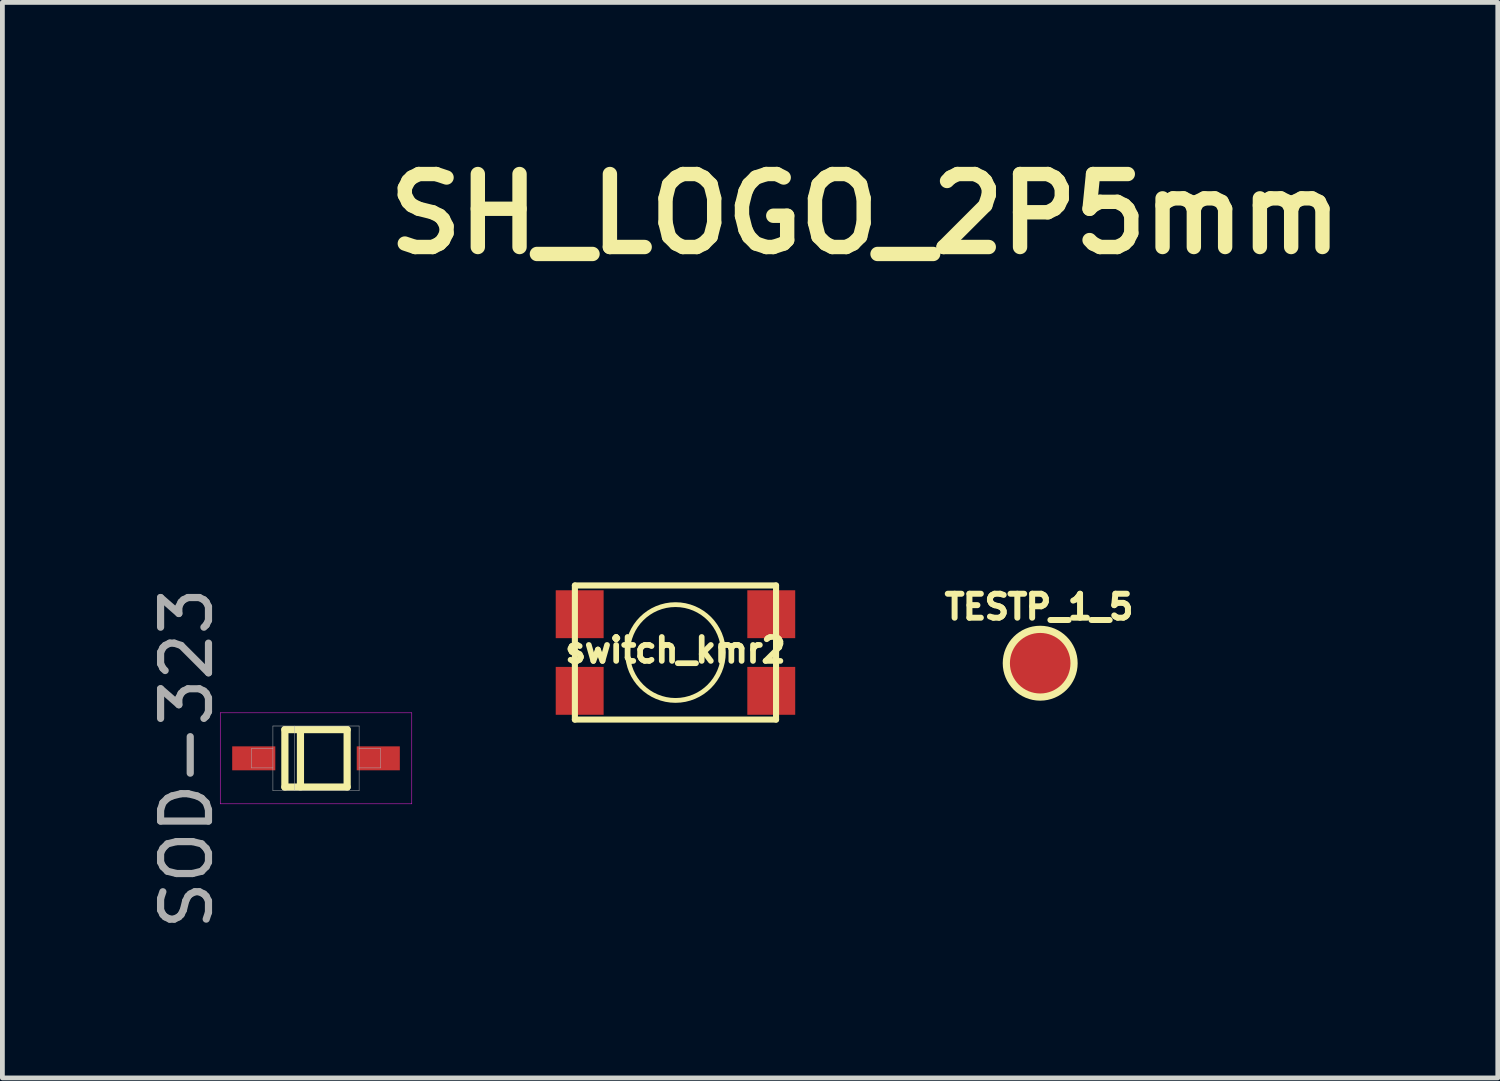
<source format=kicad_pcb>
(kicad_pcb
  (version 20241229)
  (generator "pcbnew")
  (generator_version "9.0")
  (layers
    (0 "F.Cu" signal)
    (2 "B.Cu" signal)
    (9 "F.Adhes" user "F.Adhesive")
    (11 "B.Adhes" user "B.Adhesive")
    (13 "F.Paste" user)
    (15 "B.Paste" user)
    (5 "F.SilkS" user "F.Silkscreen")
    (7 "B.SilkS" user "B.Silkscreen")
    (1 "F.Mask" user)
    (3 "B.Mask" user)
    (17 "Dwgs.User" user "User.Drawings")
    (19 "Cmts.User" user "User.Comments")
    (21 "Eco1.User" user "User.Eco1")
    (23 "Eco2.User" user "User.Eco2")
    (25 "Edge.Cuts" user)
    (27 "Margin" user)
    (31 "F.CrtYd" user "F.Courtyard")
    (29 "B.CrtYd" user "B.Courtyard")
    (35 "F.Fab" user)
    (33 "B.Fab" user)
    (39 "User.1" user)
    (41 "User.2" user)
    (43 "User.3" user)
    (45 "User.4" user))
  (footprint "switch_kmr2"
    (layer "F.Cu")
    (at 11.053 10.574)
    (property "Reference" "switch_kmr2" (at 0 -0.05 0) (layer "F.SilkS") (effects (font (size 0.5 0.5) (thickness 0.119))))
    (attr through_hole)
    (fp_line (start -2.1 1.4) (end -2.1 -1.4) (stroke (width 0.127) (type solid)) (layer "F.SilkS"))
    (fp_line (start 2.1 -1.4) (end -2.1 -1.4) (stroke (width 0.127) (type solid)) (layer "F.SilkS"))
    (fp_line (start 2.1 1.4) (end -2.1 1.4) (stroke (width 0.127) (type solid)) (layer "F.SilkS"))
    (fp_line (start 2.1 1.4) (end 2.1 -1.4) (stroke (width 0.127) (type solid)) (layer "F.SilkS"))
    (fp_circle (center 0 0) (end 1 0) (stroke (width 0.1) (type solid)) (fill no) (layer "F.SilkS"))
    (pad "1" smd rect (at -2 -0.8) (size 1 1) (layers "F.Cu" "F.Mask" "F.Paste"))
    (pad "1" smd rect (at 2 -0.8) (size 1 1) (layers "F.Cu" "F.Mask" "F.Paste"))
    (pad "2" smd rect (at -2 0.8) (size 1 1) (layers "F.Cu" "F.Mask" "F.Paste"))
    (pad "2" smd rect (at 2 0.8) (size 1 1) (layers "F.Cu" "F.Mask" "F.Paste")))
  (footprint "TESTP_1_5"
    (layer "F.Cu")
    (at 18.668 10.797)
    (property "Reference" "TESTP_1_5" (at -0.025 -1.175 0) (layer "F.SilkS") (effects (font (size 0.5 0.5) (thickness 0.125))))
    (attr through_hole)
    (fp_circle (center 0 0) (end 0.5 -0.5) (stroke (width 0.15) (type solid)) (fill no) (layer "F.SilkS"))
    (pad "1" smd circle (at 0 0) (size 1.5 1.5) (layers "F.Cu" "F.Mask" "F.Paste")))
  (footprint "SOD-323"
    (layer "F.Cu")
    (at 3.548 12.783)
    (property "Reference" "SOD-323" (at -2.7 0 90) (layer "F.Fab") (effects (font (size 1 1) (thickness 0.15))))
    (attr through_hole)
    (fp_line (start -0.65 -0.6) (end 0.65 -0.6) (stroke (width 0.15) (type solid)) (layer "F.SilkS"))
    (fp_line (start -0.65 0.6) (end -0.65 -0.6) (stroke (width 0.15) (type solid)) (layer "F.SilkS"))
    (fp_line (start -0.325 -0.6) (end -0.325 0.6) (stroke (width 0.15) (type solid)) (layer "F.SilkS"))
    (fp_line (start 0.65 -0.6) (end 0.65 0.6) (stroke (width 0.15) (type solid)) (layer "F.SilkS"))
    (fp_line (start 0.65 0.6) (end -0.65 0.6) (stroke (width 0.15) (type solid)) (layer "F.SilkS"))
    (fp_line (start -2 -0.95) (end 2 -0.95) (stroke (width 0.01) (type solid)) (layer "F.CrtYd"))
    (fp_line (start -2 0.95) (end -2 -0.95) (stroke (width 0.01) (type solid)) (layer "F.CrtYd"))
    (fp_line (start 2 -0.95) (end 2 0.95) (stroke (width 0.01) (type solid)) (layer "F.CrtYd"))
    (fp_line (start 2 0.95) (end -2 0.95) (stroke (width 0.01) (type solid)) (layer "F.CrtYd"))
    (fp_line (start -1.35 -0.2) (end -1.35 0.2) (stroke (width 0.01) (type solid)) (layer "F.Fab"))
    (fp_line (start -1.35 -0.2) (end -0.9 -0.2) (stroke (width 0.01) (type solid)) (layer "F.Fab"))
    (fp_line (start -1.35 0.2) (end -0.9 0.2) (stroke (width 0.01) (type solid)) (layer "F.Fab"))
    (fp_line (start -0.9 -0.675) (end 0.9 -0.675) (stroke (width 0.01) (type solid)) (layer "F.Fab"))
    (fp_line (start -0.9 0.675) (end -0.9 -0.675) (stroke (width 0.01) (type solid)) (layer "F.Fab"))
    (fp_line (start -0.45 -0.675) (end -0.45 0.675) (stroke (width 0.01) (type solid)) (layer "F.Fab"))
    (fp_line (start 0.9 -0.675) (end 0.9 0.675) (stroke (width 0.01) (type solid)) (layer "F.Fab"))
    (fp_line (start 0.9 0.675) (end -0.9 0.675) (stroke (width 0.01) (type solid)) (layer "F.Fab"))
    (fp_line (start 1.35 -0.2) (end 0.9 -0.2) (stroke (width 0.01) (type solid)) (layer "F.Fab"))
    (fp_line (start 1.35 -0.2) (end 1.35 0.2) (stroke (width 0.01) (type solid)) (layer "F.Fab"))
    (fp_line (start 1.35 0.2) (end 0.9 0.2) (stroke (width 0.01) (type solid)) (layer "F.Fab"))
    (pad "1" smd rect (at -1.3 0) (size 0.9 0.5) (layers "F.Cu" "F.Mask" "F.Paste"))
    (pad "2" smd rect (at 1.3 0) (size 0.9 0.5) (layers "F.Cu" "F.Mask" "F.Paste")))
  (footprint "SH_LOGO_2P5mm"
    (layer "F.Cu")
    (at 1.218 5.443)
    (property "Reference" "SH_LOGO_2P5mm" (at 13.8 -4.025 0) (layer "F.SilkS") (effects (font (size 1.524 1.524) (thickness 0.3))))
    (attr through_hole)
    (fp_poly (pts (xy -0.281 -0.687) (xy -0.276 -0.687) (xy -0.246 -0.685) (xy -0.215 -0.668) (xy -0.196 -0.658) (xy -0.181 -0.649) (xy -0.169 -0.641) (xy -0.16 -0.633) (xy -0.152 -0.625) (xy -0.15 -0.622) (xy -0.144 -0.614) (xy -0.14 -0.607) (xy -0.138 -0.601) (xy -0.138 -0.599) (xy -0.139 -0.599) (xy -0.144 -0.6) (xy -0.153 -0.602) (xy -0.164 -0.605) (xy -0.177 -0.608) (xy -0.19 -0.61) (xy -0.202 -0.613) (xy -0.213 -0.614) (xy -0.219 -0.615) (xy -0.271 -0.621) (xy -0.326 -0.623) (xy -0.384 -0.623) (xy -0.445 -0.618) (xy -0.508 -0.611) (xy -0.575 -0.6) (xy -0.644 -0.586) (xy -0.715 -0.568) (xy -0.789 -0.548) (xy -0.816 -0.539) (xy -0.835 -0.534) (xy -0.856 -0.527) (xy -0.876 -0.52) (xy -0.898 -0.513) (xy -0.919 -0.505) (xy -0.939 -0.498) (xy -0.959 -0.491) (xy -0.977 -0.485) (xy -0.993 -0.478) (xy -1.007 -0.473) (xy -1.018 -0.469) (xy -1.026 -0.465) (xy -1.03 -0.463) (xy -1.031 -0.462) (xy -1.028 -0.461) (xy -1.021 -0.458) (xy -1.01 -0.454) (xy -0.996 -0.45) (xy -0.979 -0.444) (xy -0.96 -0.437) (xy -0.937 -0.43) (xy -0.913 -0.422) (xy -0.887 -0.414) (xy -0.859 -0.405) (xy -0.831 -0.396) (xy -0.802 -0.386) (xy -0.796 -0.384) (xy -0.741 -0.367) (xy -0.691 -0.351) (xy -0.645 -0.335) (xy -0.602 -0.321) (xy -0.562 -0.307) (xy -0.525 -0.294) (xy -0.49 -0.281) (xy -0.458 -0.269) (xy -0.427 -0.257) (xy -0.398 -0.245) (xy -0.37 -0.232) (xy -0.343 -0.22) (xy -0.316 -0.208) (xy -0.289 -0.195) (xy -0.286 -0.193) (xy -0.225 -0.161) (xy -0.169 -0.127) (xy -0.116 -0.092) (xy -0.068 -0.056) (xy -0.044 -0.036) (xy -0.03 -0.023) (xy -0.015 -0.009) (xy 0.001 0.006) (xy 0.016 0.022) (xy 0.03 0.036) (xy 0.041 0.049) (xy 0.045 0.053) (xy 0.059 0.07) (xy 0.077 0.069) (xy 0.087 0.067) (xy 0.099 0.065) (xy 0.113 0.063) (xy 0.126 0.059) (xy 0.127 0.059) (xy 0.14 0.056) (xy 0.154 0.053) (xy 0.168 0.05) (xy 0.181 0.048) (xy 0.192 0.047) (xy 0.2 0.047) (xy 0.205 0.047) (xy 0.205 0.047) (xy 0.207 0.048) (xy 0.209 0.046) (xy 0.209 0.041) (xy 0.209 0.034) (xy 0.209 0.022) (xy 0.208 0.011) (xy 0.206 -0.009) (xy 0.204 -0.028) (xy 0.202 -0.047) (xy 0.199 -0.066) (xy 0.196 -0.086) (xy 0.192 -0.108) (xy 0.188 -0.132) (xy 0.182 -0.159) (xy 0.175 -0.188) (xy 0.169 -0.215) (xy 0.164 -0.238) (xy 0.16 -0.26) (xy 0.155 -0.28) (xy 0.151 -0.299) (xy 0.148 -0.316) (xy 0.146 -0.329) (xy 0.144 -0.339) (xy 0.143 -0.345) (xy 0.143 -0.346) (xy 0.145 -0.35) (xy 0.151 -0.353) (xy 0.161 -0.357) (xy 0.172 -0.359) (xy 0.185 -0.361) (xy 0.194 -0.362) (xy 0.211 -0.362) (xy 0.225 -0.36) (xy 0.237 -0.355) (xy 0.249 -0.347) (xy 0.258 -0.338) (xy 0.267 -0.328) (xy 0.275 -0.317) (xy 0.282 -0.304) (xy 0.289 -0.29) (xy 0.295 -0.273) (xy 0.3 -0.254) (xy 0.305 -0.232) (xy 0.31 -0.206) (xy 0.314 -0.178) (xy 0.318 -0.146) (xy 0.322 -0.109) (xy 0.324 -0.079) (xy 0.326 -0.06) (xy 0.328 -0.042) (xy 0.329 -0.025) (xy 0.331 -0.01) (xy 0.332 0.002) (xy 0.333 0.01) (xy 0.336 0.033) (xy 0.374 0.032) (xy 0.412 0.029) (xy 0.449 0.024) (xy 0.472 0.021) (xy 0.495 0.019) (xy 0.519 0.017) (xy 0.528 0.017) (xy 0.569 0.016) (xy 0.569 -0.004) (xy 0.569 -0.011) (xy 0.568 -0.019) (xy 0.567 -0.026) (xy 0.565 -0.035) (xy 0.563 -0.045) (xy 0.56 -0.057) (xy 0.556 -0.072) (xy 0.55 -0.09) (xy 0.544 -0.112) (xy 0.542 -0.119) (xy 0.534 -0.142) (xy 0.529 -0.161) (xy 0.524 -0.177) (xy 0.52 -0.191) (xy 0.517 -0.202) (xy 0.514 -0.212) (xy 0.512 -0.221) (xy 0.51 -0.23) (xy 0.508 -0.239) (xy 0.508 -0.239) (xy 0.505 -0.255) (xy 0.503 -0.271) (xy 0.503 -0.287) (xy 0.503 -0.302) (xy 0.504 -0.314) (xy 0.505 -0.322) (xy 0.512 -0.334) (xy 0.521 -0.344) (xy 0.533 -0.35) (xy 0.545 -0.352) (xy 0.559 -0.351) (xy 0.572 -0.345) (xy 0.579 -0.34) (xy 0.591 -0.33) (xy 0.602 -0.316) (xy 0.612 -0.299) (xy 0.623 -0.279) (xy 0.632 -0.255) (xy 0.642 -0.228) (xy 0.652 -0.196) (xy 0.661 -0.161) (xy 0.671 -0.121) (xy 0.68 -0.077) (xy 0.682 -0.068) (xy 0.685 -0.052) (xy 0.688 -0.039) (xy 0.691 -0.027) (xy 0.693 -0.017) (xy 0.694 -0.012) (xy 0.694 -0.01) (xy 0.695 -0.008) (xy 0.697 -0.006) (xy 0.7 -0.005) (xy 0.706 -0.005) (xy 0.715 -0.005) (xy 0.74 -0.005) (xy 0.766 -0.006) (xy 0.793 -0.009) (xy 0.822 -0.012) (xy 0.854 -0.017) (xy 0.889 -0.022) (xy 0.926 -0.029) (xy 0.968 -0.037) (xy 1.01 -0.045) (xy 1.051 -0.054) (xy 1.088 -0.061) (xy 1.12 -0.067) (xy 1.148 -0.072) (xy 1.171 -0.075) (xy 1.19 -0.078) (xy 1.192 -0.078) (xy 1.212 -0.08) (xy 1.213 -0.072) (xy 1.214 -0.064) (xy 1.213 -0.056) (xy 1.21 -0.047) (xy 1.206 -0.035) (xy 1.205 -0.032) (xy 1.201 -0.023) (xy 1.197 -0.017) (xy 1.194 -0.014) (xy 1.191 -0.013) (xy 1.185 -0.012) (xy 1.175 -0.01) (xy 1.161 -0.008) (xy 1.143 -0.006) (xy 1.123 -0.003) (xy 1.1 0.000073) (xy 1.075 0.003) (xy 1.048 0.007) (xy 1.02 0.01) (xy 0.991 0.014) (xy 0.961 0.018) (xy 0.931 0.021) (xy 0.901 0.025) (xy 0.872 0.028) (xy 0.845 0.032) (xy 0.818 0.035) (xy 0.794 0.038) (xy 0.772 0.04) (xy 0.757 0.042) (xy 0.744 0.043) (xy 0.731 0.045) (xy 0.722 0.046) (xy 0.715 0.047) (xy 0.712 0.047) (xy 0.712 0.047) (xy 0.712 0.049) (xy 0.714 0.055) (xy 0.717 0.064) (xy 0.721 0.076) (xy 0.725 0.089) (xy 0.726 0.093) (xy 0.732 0.111) (xy 0.738 0.131) (xy 0.744 0.151) (xy 0.749 0.172) (xy 0.755 0.196) (xy 0.762 0.222) (xy 0.769 0.251) (xy 0.776 0.285) (xy 0.777 0.289) (xy 0.784 0.321) (xy 0.791 0.349) (xy 0.797 0.374) (xy 0.802 0.396) (xy 0.807 0.416) (xy 0.812 0.434) (xy 0.816 0.45) (xy 0.821 0.466) (xy 0.821 0.466) (xy 0.826 0.482) (xy 0.83 0.495) (xy 0.835 0.507) (xy 0.84 0.519) (xy 0.847 0.531) (xy 0.855 0.546) (xy 0.859 0.553) (xy 0.87 0.573) (xy 0.877 0.59) (xy 0.882 0.606) (xy 0.884 0.62) (xy 0.883 0.634) (xy 0.882 0.641) (xy 0.879 0.651) (xy 0.875 0.658) (xy 0.869 0.661) (xy 0.861 0.663) (xy 0.857 0.663) (xy 0.848 0.662) (xy 0.838 0.66) (xy 0.834 0.659) (xy 0.827 0.655) (xy 0.819 0.65) (xy 0.815 0.647) (xy 0.811 0.643) (xy 0.808 0.64) (xy 0.804 0.636) (xy 0.801 0.632) (xy 0.798 0.627) (xy 0.794 0.62) (xy 0.79 0.611) (xy 0.785 0.601) (xy 0.78 0.588) (xy 0.773 0.572) (xy 0.765 0.553) (xy 0.756 0.531) (xy 0.745 0.505) (xy 0.74 0.492) (xy 0.731 0.471) (xy 0.722 0.448) (xy 0.713 0.423) (xy 0.703 0.396) (xy 0.692 0.367) (xy 0.681 0.335) (xy 0.668 0.299) (xy 0.655 0.261) (xy 0.643 0.227) (xy 0.631 0.195) (xy 0.621 0.165) (xy 0.612 0.139) (xy 0.603 0.115) (xy 0.596 0.096) (xy 0.591 0.08) (xy 0.589 0.075) (xy 0.584 0.062) (xy 0.572 0.063) (xy 0.567 0.064) (xy 0.557 0.065) (xy 0.545 0.066) (xy 0.53 0.068) (xy 0.513 0.07) (xy 0.495 0.072) (xy 0.488 0.073) (xy 0.468 0.075) (xy 0.448 0.077) (xy 0.428 0.08) (xy 0.41 0.082) (xy 0.394 0.084) (xy 0.382 0.086) (xy 0.38 0.086) (xy 0.344 0.091) (xy 0.344 0.104) (xy 0.344 0.111) (xy 0.346 0.121) (xy 0.347 0.134) (xy 0.349 0.148) (xy 0.351 0.159) (xy 0.355 0.179) (xy 0.357 0.197) (xy 0.358 0.213) (xy 0.359 0.23) (xy 0.359 0.232) (xy 0.359 0.244) (xy 0.36 0.255) (xy 0.36 0.263) (xy 0.361 0.267) (xy 0.361 0.268) (xy 0.364 0.27) (xy 0.369 0.274) (xy 0.377 0.28) (xy 0.387 0.286) (xy 0.389 0.288) (xy 0.406 0.3) (xy 0.419 0.311) (xy 0.428 0.323) (xy 0.433 0.335) (xy 0.436 0.348) (xy 0.435 0.362) (xy 0.434 0.367) (xy 0.43 0.379) (xy 0.422 0.39) (xy 0.41 0.399) (xy 0.404 0.402) (xy 0.393 0.406) (xy 0.378 0.408) (xy 0.362 0.408) (xy 0.345 0.407) (xy 0.332 0.405) (xy 0.323 0.404) (xy 0.312 0.401) (xy 0.3 0.398) (xy 0.288 0.394) (xy 0.277 0.391) (xy 0.267 0.388) (xy 0.26 0.385) (xy 0.256 0.384) (xy 0.256 0.383) (xy 0.254 0.38) (xy 0.252 0.373) (xy 0.25 0.363) (xy 0.247 0.35) (xy 0.244 0.334) (xy 0.241 0.318) (xy 0.238 0.3) (xy 0.235 0.282) (xy 0.233 0.268) (xy 0.232 0.256) (xy 0.23 0.241) (xy 0.228 0.225) (xy 0.226 0.207) (xy 0.224 0.189) (xy 0.222 0.172) (xy 0.22 0.155) (xy 0.219 0.141) (xy 0.218 0.129) (xy 0.217 0.12) (xy 0.217 0.116) (xy 0.216 0.115) (xy 0.212 0.115) (xy 0.204 0.116) (xy 0.201 0.117) (xy 0.195 0.118) (xy 0.186 0.121) (xy 0.175 0.123) (xy 0.162 0.127) (xy 0.149 0.13) (xy 0.135 0.134) (xy 0.123 0.137) (xy 0.112 0.14) (xy 0.104 0.142) (xy 0.099 0.144) (xy 0.097 0.144) (xy 0.098 0.147) (xy 0.1 0.152) (xy 0.101 0.154) (xy 0.109 0.172) (xy 0.114 0.193) (xy 0.118 0.217) (xy 0.12 0.241) (xy 0.12 0.265) (xy 0.117 0.288) (xy 0.117 0.288) (xy 0.108 0.325) (xy 0.095 0.361) (xy 0.078 0.396) (xy 0.058 0.429) (xy 0.034 0.461) (xy 0.007 0.49) (xy -0.022 0.517) (xy -0.051 0.538) (xy -0.084 0.558) (xy -0.119 0.575) (xy -0.155 0.59) (xy -0.193 0.602) (xy -0.234 0.612) (xy -0.279 0.62) (xy -0.284 0.62) (xy -0.3 0.622) (xy -0.319 0.623) (xy -0.341 0.624) (xy -0.365 0.625) (xy -0.389 0.625) (xy -0.413 0.624) (xy -0.436 0.623) (xy -0.457 0.622) (xy -0.473 0.62) (xy -0.503 0.616) (xy -0.533 0.611) (xy -0.564 0.605) (xy -0.593 0.599) (xy -0.62 0.592) (xy -0.644 0.586) (xy -0.653 0.583) (xy -0.68 0.572) (xy -0.706 0.561) (xy -0.73 0.547) (xy -0.753 0.533) (xy -0.772 0.518) (xy -0.789 0.503) (xy -0.801 0.488) (xy -0.803 0.485) (xy -0.811 0.469) (xy -0.816 0.452) (xy -0.816 0.442) (xy -0.69 0.442) (xy -0.69 0.457) (xy -0.686 0.47) (xy -0.677 0.483) (xy -0.664 0.495) (xy -0.648 0.508) (xy -0.627 0.519) (xy -0.603 0.53) (xy -0.577 0.541) (xy -0.547 0.55) (xy -0.515 0.558) (xy -0.492 0.562) (xy -0.462 0.567) (xy -0.435 0.571) (xy -0.41 0.572) (xy -0.387 0.572) (xy -0.367 0.57) (xy -0.328 0.564) (xy -0.29 0.555) (xy -0.253 0.543) (xy -0.216 0.527) (xy -0.182 0.509) (xy -0.149 0.488) (xy -0.119 0.465) (xy -0.091 0.44) (xy -0.067 0.413) (xy -0.046 0.385) (xy -0.028 0.356) (xy -0.015 0.326) (xy -0.015 0.326) (xy -0.008 0.302) (xy -0.004 0.279) (xy -0.002 0.256) (xy -0.002 0.252) (xy -0.004 0.223) (xy -0.009 0.196) (xy -0.018 0.171) (xy -0.022 0.16) (xy -0.026 0.153) (xy -0.028 0.149) (xy -0.031 0.147) (xy -0.033 0.148) (xy -0.036 0.149) (xy -0.041 0.15) (xy -0.049 0.153) (xy -0.061 0.156) (xy -0.076 0.16) (xy -0.094 0.164) (xy -0.115 0.169) (xy -0.137 0.175) (xy -0.161 0.18) (xy -0.186 0.186) (xy -0.195 0.188) (xy -0.239 0.198) (xy -0.279 0.209) (xy -0.316 0.219) (xy -0.352 0.229) (xy -0.385 0.241) (xy -0.419 0.253) (xy -0.453 0.266) (xy -0.488 0.281) (xy -0.505 0.289) (xy -0.541 0.306) (xy -0.574 0.322) (xy -0.602 0.338) (xy -0.626 0.354) (xy -0.646 0.37) (xy -0.662 0.385) (xy -0.674 0.4) (xy -0.681 0.411) (xy -0.687 0.427) (xy -0.69 0.442) (xy -0.816 0.442) (xy -0.816 0.435) (xy -0.815 0.432) (xy -0.81 0.412) (xy -0.802 0.391) (xy -0.789 0.368) (xy -0.774 0.346) (xy -0.762 0.331) (xy -0.745 0.313) (xy -0.724 0.295) (xy -0.699 0.278) (xy -0.67 0.261) (xy -0.638 0.244) (xy -0.603 0.228) (xy -0.565 0.214) (xy -0.525 0.2) (xy -0.503 0.193) (xy -0.486 0.188) (xy -0.47 0.184) (xy -0.453 0.179) (xy -0.437 0.175) (xy -0.419 0.17) (xy -0.4 0.166) (xy -0.379 0.161) (xy -0.356 0.156) (xy -0.33 0.151) (xy -0.301 0.144) (xy -0.268 0.137) (xy -0.25 0.134) (xy -0.219 0.127) (xy -0.19 0.121) (xy -0.163 0.116) (xy -0.139 0.11) (xy -0.117 0.106) (xy -0.099 0.102) (xy -0.084 0.098) (xy -0.073 0.095) (xy -0.066 0.094) (xy -0.063 0.093) (xy -0.063 0.09) (xy -0.066 0.085) (xy -0.072 0.077) (xy -0.081 0.068) (xy -0.091 0.056) (xy -0.103 0.043) (xy -0.117 0.029) (xy -0.126 0.021) (xy -0.168 -0.017) (xy -0.215 -0.054) (xy -0.265 -0.09) (xy -0.319 -0.123) (xy -0.377 -0.155) (xy -0.438 -0.185) (xy -0.502 -0.213) (xy -0.568 -0.239) (xy -0.605 -0.252) (xy -0.625 -0.259) (xy -0.644 -0.265) (xy -0.662 -0.27) (xy -0.681 -0.276) (xy -0.7 -0.281) (xy -0.722 -0.287) (xy -0.745 -0.293) (xy -0.771 -0.3) (xy -0.801 -0.308) (xy -0.813 -0.31) (xy -0.842 -0.318) (xy -0.867 -0.324) (xy -0.889 -0.329) (xy -0.908 -0.334) (xy -0.925 -0.339) (xy -0.941 -0.343) (xy -0.956 -0.348) (xy -0.971 -0.352) (xy -0.987 -0.357) (xy -1.004 -0.363) (xy -1.01 -0.365) (xy -1.028 -0.37) (xy -1.046 -0.376) (xy -1.065 -0.382) (xy -1.083 -0.387) (xy -1.097 -0.391) (xy -1.124 -0.4) (xy -1.147 -0.408) (xy -1.167 -0.416) (xy -1.182 -0.424) (xy -1.194 -0.432) (xy -1.203 -0.441) (xy -1.209 -0.451) (xy -1.212 -0.461) (xy -1.213 -0.471) (xy -1.212 -0.48) (xy -1.207 -0.488) (xy -1.198 -0.496) (xy -1.186 -0.504) (xy -1.17 -0.512) (xy -1.159 -0.517) (xy -1.147 -0.522) (xy -1.134 -0.527) (xy -1.12 -0.533) (xy -1.103 -0.538) (xy -1.084 -0.544) (xy -1.063 -0.551) (xy -1.039 -0.558) (xy -1.012 -0.565) (xy -0.981 -0.574) (xy -0.946 -0.583) (xy -0.907 -0.593) (xy -0.904 -0.594) (xy -0.854 -0.607) (xy -0.808 -0.619) (xy -0.765 -0.63) (xy -0.725 -0.639) (xy -0.688 -0.647) (xy -0.653 -0.654) (xy -0.619 -0.66) (xy -0.586 -0.666) (xy -0.553 -0.67) (xy -0.521 -0.674) (xy -0.488 -0.678) (xy -0.469 -0.68) (xy -0.45 -0.681) (xy -0.429 -0.683) (xy -0.406 -0.684) (xy -0.383 -0.685) (xy -0.359 -0.686) (xy -0.336 -0.687) (xy -0.315 -0.687) (xy -0.296 -0.687) (xy -0.281 -0.687)) (stroke (width 0.01) (type solid)) (fill yes) (layer "F.Mask")))
  (gr_rect
    (start -3 -3)
    (end 28.222 19.456)
    (stroke (width 0.1) (type default))
    (fill no)
    (layer "Edge.Cuts")))
</source>
